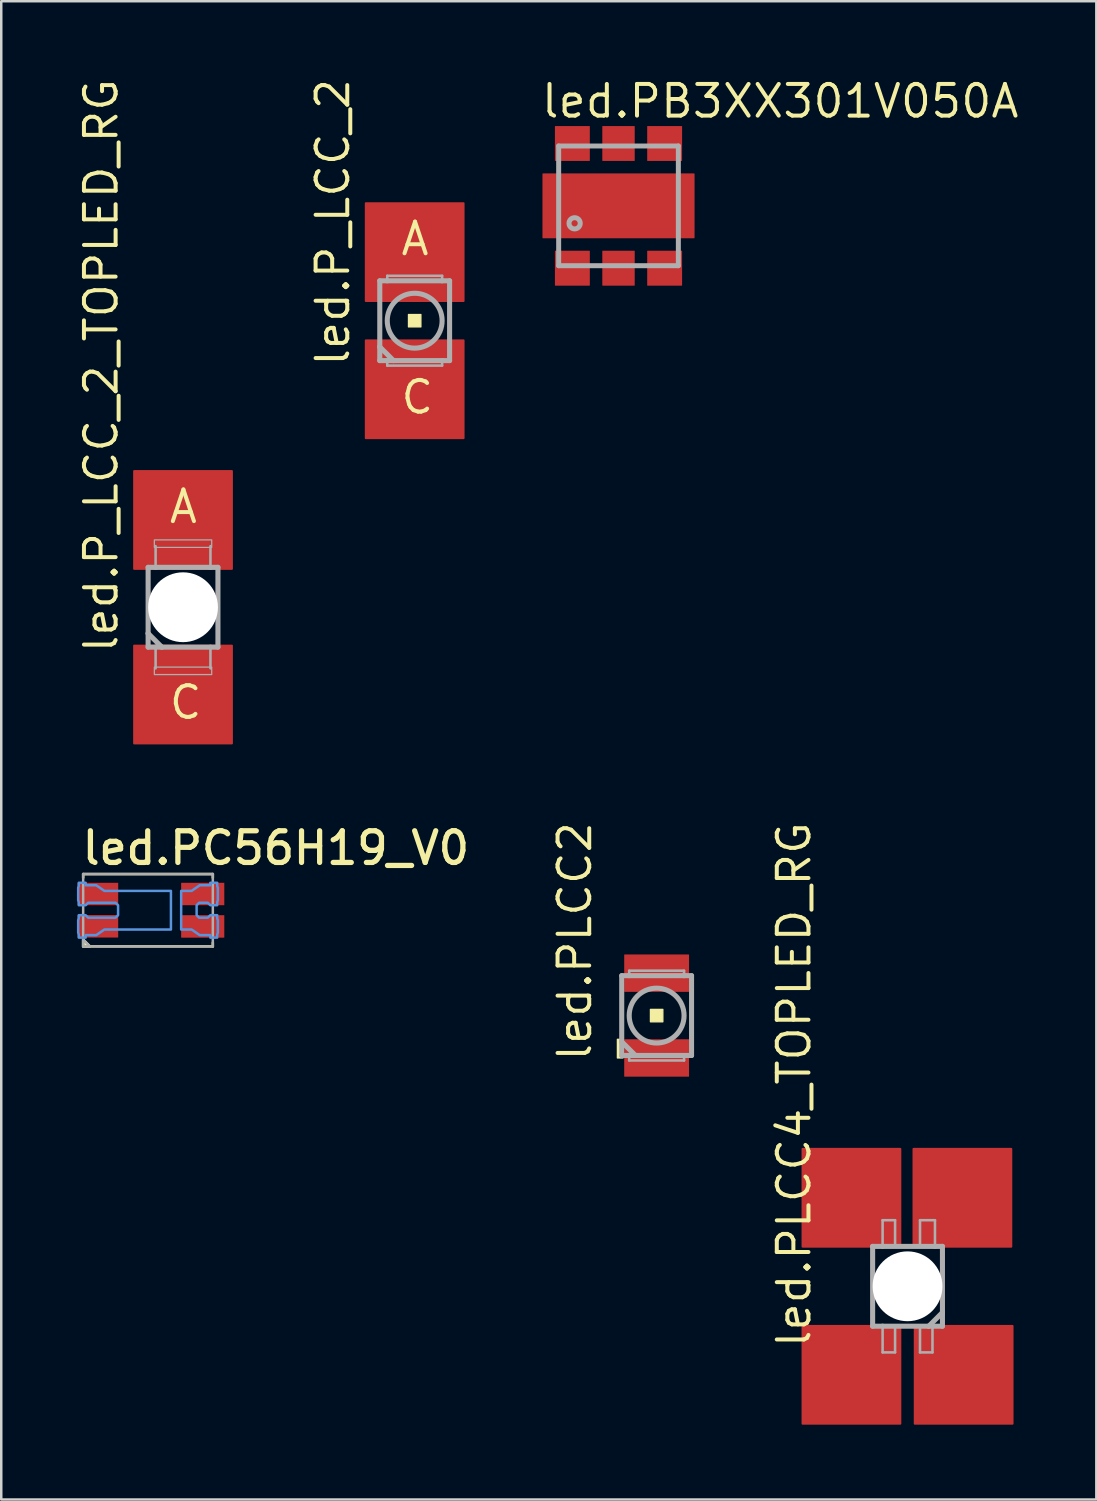
<source format=kicad_pcb>
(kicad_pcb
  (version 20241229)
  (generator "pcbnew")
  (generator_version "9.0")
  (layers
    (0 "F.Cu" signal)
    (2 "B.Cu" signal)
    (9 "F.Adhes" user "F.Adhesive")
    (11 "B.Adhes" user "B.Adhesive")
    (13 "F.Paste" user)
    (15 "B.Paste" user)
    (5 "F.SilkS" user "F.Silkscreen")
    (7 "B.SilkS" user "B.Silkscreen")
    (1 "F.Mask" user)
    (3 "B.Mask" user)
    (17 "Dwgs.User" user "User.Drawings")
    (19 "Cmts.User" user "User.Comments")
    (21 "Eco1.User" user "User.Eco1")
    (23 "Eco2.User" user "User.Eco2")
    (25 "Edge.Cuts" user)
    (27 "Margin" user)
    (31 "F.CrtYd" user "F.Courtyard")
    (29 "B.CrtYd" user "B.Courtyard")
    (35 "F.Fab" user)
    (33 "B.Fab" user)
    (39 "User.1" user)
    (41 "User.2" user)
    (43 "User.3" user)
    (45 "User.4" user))
  (footprint "led.PLCC4_TOPLED_RG"
    (layer "F.Cu")
    (at 33.345 48.534)
    (property "Reference" "led.PLCC4_TOPLED_RG" (at -3.81 2.54 90) (layer "F.SilkS") (effects (font (size 1.27 1.27) (thickness 0.16)) (justify left bottom)))
    (attr smd)
    (fp_rect (start -1.35 -1.45) (end -0.15 -3.05) (stroke (width 0.05) (type default)) (fill yes) (layer "F.Mask"))
    (fp_rect (start -1.35 3.05) (end -0.15 1.45) (stroke (width 0.05) (type default)) (fill yes) (layer "F.Mask"))
    (fp_rect (start 0.1 -1.45) (end 1.3 -3.05) (stroke (width 0.05) (type default)) (fill yes) (layer "F.Mask"))
    (fp_rect (start 0.15 3.05) (end 1.35 1.45) (stroke (width 0.05) (type default)) (fill yes) (layer "F.Mask"))
    (fp_rect (start -0.5 -0.1) (end -0.1 -0.5) (stroke (width 0.05) (type default)) (fill yes) (layer "F.SilkS"))
    (fp_rect (start -0.5 0.5) (end -0.1 0.1) (stroke (width 0.05) (type default)) (fill yes) (layer "F.SilkS"))
    (fp_rect (start 0.1 0.5) (end 0.5 0.1) (stroke (width 0.05) (type default)) (fill yes) (layer "F.SilkS"))
    (fp_rect (start -1.25 -1.55) (end -0.25 -2.95) (stroke (width 0.05) (type default)) (fill yes) (layer "F.Paste"))
    (fp_rect (start -1.25 2.95) (end -0.25 1.55) (stroke (width 0.05) (type default)) (fill yes) (layer "F.Paste"))
    (fp_rect (start 0.2 -1.55) (end 1.2 -2.95) (stroke (width 0.05) (type default)) (fill yes) (layer "F.Paste"))
    (fp_rect (start 0.25 2.95) (end 1.25 1.55) (stroke (width 0.05) (type default)) (fill yes) (layer "F.Paste"))
    (fp_line (start -1.4 -1.6) (end -1.4 1.6) (stroke (width 0.203) (type default)) (layer "F.Fab"))
    (fp_line (start -1.4 1.6) (end -1 1.6) (stroke (width 0.203) (type default)) (layer "F.Fab"))
    (fp_line (start -1 -2.65) (end -0.5 -2.65) (stroke (width 0.102) (type default)) (layer "F.Fab"))
    (fp_line (start -1 -1.6) (end -1.4 -1.6) (stroke (width 0.203) (type default)) (layer "F.Fab"))
    (fp_line (start -1 -1.6) (end -1 -2.65) (stroke (width 0.102) (type default)) (layer "F.Fab"))
    (fp_line (start -1 1.6) (end -1 2.65) (stroke (width 0.102) (type default)) (layer "F.Fab"))
    (fp_line (start -1 1.6) (end 0.85 1.6) (stroke (width 0.203) (type default)) (layer "F.Fab"))
    (fp_line (start -1 2.65) (end -0.5 2.65) (stroke (width 0.102) (type default)) (layer "F.Fab"))
    (fp_line (start -0.5 -2.65) (end -0.5 -1.65) (stroke (width 0.102) (type default)) (layer "F.Fab"))
    (fp_line (start -0.5 2.65) (end -0.5 1.65) (stroke (width 0.102) (type default)) (layer "F.Fab"))
    (fp_line (start 0.5 -2.65) (end 1.1 -2.65) (stroke (width 0.102) (type default)) (layer "F.Fab"))
    (fp_line (start 0.5 -1.65) (end 0.5 -2.65) (stroke (width 0.102) (type default)) (layer "F.Fab"))
    (fp_line (start 0.5 1.65) (end 0.5 2.65) (stroke (width 0.102) (type default)) (layer "F.Fab"))
    (fp_line (start 0.5 2.65) (end 1 2.65) (stroke (width 0.102) (type default)) (layer "F.Fab"))
    (fp_line (start 0.85 1.6) (end 1 1.6) (stroke (width 0.203) (type default)) (layer "F.Fab"))
    (fp_line (start 1 1.6) (end 1.4 1.6) (stroke (width 0.203) (type default)) (layer "F.Fab"))
    (fp_line (start 1 2.65) (end 1 1.6) (stroke (width 0.102) (type default)) (layer "F.Fab"))
    (fp_line (start 1.1 -2.65) (end 1.1 -1.6) (stroke (width 0.102) (type default)) (layer "F.Fab"))
    (fp_line (start 1.1 -1.6) (end -1 -1.6) (stroke (width 0.203) (type default)) (layer "F.Fab"))
    (fp_line (start 1.4 -1.6) (end 1.1 -1.6) (stroke (width 0.203) (type default)) (layer "F.Fab"))
    (fp_line (start 1.4 1.05) (end 0.85 1.6) (stroke (width 0.203) (type default)) (layer "F.Fab"))
    (fp_line (start 1.4 1.05) (end 1.4 -1.6) (stroke (width 0.203) (type default)) (layer "F.Fab"))
    (fp_line (start 1.4 1.6) (end 1.4 1.05) (stroke (width 0.203) (type default)) (layer "F.Fab"))
    (pad "" np_thru_hole circle (at 0 0) (size 2.8 2.8) (drill 2.8) (layers "*.Cu" "*.Mask"))
    (pad "1" smd roundrect (at 2.25 3.55) (size 4 4) (layers "F.Cu" "F.Mask" "F.Paste") (roundrect_rratio 0.01))
    (pad "2" smd roundrect (at 2.2 -3.55) (size 4 4) (layers "F.Cu" "F.Mask" "F.Paste") (roundrect_rratio 0.01))
    (pad "3" smd roundrect (at -2.25 -3.55) (size 4 4) (layers "F.Cu" "F.Mask" "F.Paste") (roundrect_rratio 0.01))
    (pad "4" smd roundrect (at -2.25 3.55) (size 4 4) (layers "F.Cu" "F.Mask" "F.Paste") (roundrect_rratio 0.01)))
  (footprint "led.P_LCC_2"
    (layer "F.Cu")
    (at 13.58 9.811)
    (property "Reference" "led.P_LCC_2" (at -2.54 1.905 90) (layer "F.SilkS") (effects (font (size 1.27 1.27) (thickness 0.16)) (justify left bottom)))
    (attr smd)
    (fp_rect (start -1.4 -0.65) (end 1.4 -2.35) (stroke (width 0.05) (type default)) (fill yes) (layer "F.Mask"))
    (fp_rect (start -1.4 2.35) (end 1.4 0.65) (stroke (width 0.05) (type default)) (fill yes) (layer "F.Mask"))
    (fp_rect (start -0.25 0.25) (end 0.25 -0.25) (stroke (width 0.05) (type default)) (fill yes) (layer "F.SilkS"))
    (fp_rect (start -1.3 -0.75) (end 1.3 -2.25) (stroke (width 0.05) (type default)) (fill yes) (layer "F.Paste"))
    (fp_rect (start -1.3 2.25) (end 1.3 0.75) (stroke (width 0.05) (type default)) (fill yes) (layer "F.Paste"))
    (fp_line (start -1.4 -1.6) (end -1.4 1.05) (stroke (width 0.203) (type default)) (layer "F.Fab"))
    (fp_line (start -1.4 1.05) (end -1.4 1.6) (stroke (width 0.203) (type default)) (layer "F.Fab"))
    (fp_line (start -1.4 1.6) (end -1.1 1.6) (stroke (width 0.203) (type default)) (layer "F.Fab"))
    (fp_line (start -1.1 -1.8) (end 1.1 -1.8) (stroke (width 0.102) (type default)) (layer "F.Fab"))
    (fp_line (start -1.1 -1.6) (end -1.4 -1.6) (stroke (width 0.203) (type default)) (layer "F.Fab"))
    (fp_line (start -1.1 -1.6) (end -1.1 -1.8) (stroke (width 0.102) (type default)) (layer "F.Fab"))
    (fp_line (start -1.1 1.6) (end -1.1 1.8) (stroke (width 0.102) (type default)) (layer "F.Fab"))
    (fp_line (start -1.1 1.6) (end -0.85 1.6) (stroke (width 0.203) (type default)) (layer "F.Fab"))
    (fp_line (start -1.1 1.8) (end 1.1 1.8) (stroke (width 0.102) (type default)) (layer "F.Fab"))
    (fp_line (start -0.85 1.6) (end -1.4 1.05) (stroke (width 0.203) (type default)) (layer "F.Fab"))
    (fp_line (start -0.85 1.6) (end 1.1 1.6) (stroke (width 0.203) (type default)) (layer "F.Fab"))
    (fp_line (start 1.1 -1.8) (end 1.1 -1.6) (stroke (width 0.102) (type default)) (layer "F.Fab"))
    (fp_line (start 1.1 -1.6) (end -1.1 -1.6) (stroke (width 0.203) (type default)) (layer "F.Fab"))
    (fp_line (start 1.1 1.6) (end 1.4 1.6) (stroke (width 0.203) (type default)) (layer "F.Fab"))
    (fp_line (start 1.1 1.8) (end 1.1 1.6) (stroke (width 0.102) (type default)) (layer "F.Fab"))
    (fp_line (start 1.4 -1.6) (end 1.1 -1.6) (stroke (width 0.203) (type default)) (layer "F.Fab"))
    (fp_line (start 1.4 1.6) (end 1.4 -1.6) (stroke (width 0.203) (type default)) (layer "F.Fab"))
    (fp_circle (center 0 0) (end 1.1 0) (stroke (width 0.203) (type default)) (fill no) (layer "F.Fab"))
    (fp_text user "C" (at -0.635 3.81 0) (layer "F.SilkS") (effects (font (size 1.27 1.27) (thickness 0.16)) (justify left bottom)))
    (fp_text user "A" (at -0.635 -2.54 0) (layer "F.SilkS") (effects (font (size 1.27 1.27) (thickness 0.16)) (justify left bottom)))
    (pad "A" smd roundrect (at 0 -2.75) (size 4 4) (layers "F.Cu" "F.Mask" "F.Paste") (roundrect_rratio 0.01))
    (pad "C" smd roundrect (at 0 2.75) (size 4 4) (layers "F.Cu" "F.Mask" "F.Paste") (roundrect_rratio 0.01)))
  (footprint "led.PC56H19_V0"
    (layer "F.Cu")
    (at 2.885 33.452)
    (property "Reference" "led.PC56H19_V0" (at -2.75 -1.75 0) (layer "F.SilkS") (effects (font (size 1.27 1.27) (thickness 0.21)) (justify left bottom)))
    (attr smd)
    (fp_rect (start -2.86 -0.175) (end -1.165 -1.125) (stroke (width 0.05) (type default)) (fill yes) (layer "F.Mask"))
    (fp_rect (start -2.86 1.125) (end -1.165 0.165) (stroke (width 0.05) (type default)) (fill yes) (layer "F.Mask"))
    (fp_rect (start 1.3 -0.175) (end 3.09 -1.125) (stroke (width 0.05) (type default)) (fill yes) (layer "F.Mask"))
    (fp_rect (start 1.3 1.125) (end 3.09 0.175) (stroke (width 0.05) (type default)) (fill yes) (layer "F.Mask"))
    (fp_line (start -2.6 -1.45) (end -2.6 -1.3) (stroke (width 0.1) (type default)) (layer "F.SilkS"))
    (fp_line (start -2.6 1.45) (end 2.6 1.45) (stroke (width 0.1) (type default)) (layer "F.SilkS"))
    (fp_line (start 2.6 -1.45) (end -2.6 -1.45) (stroke (width 0.1) (type default)) (layer "F.SilkS"))
    (fp_line (start 2.6 -1.3) (end 2.6 -1.45) (stroke (width 0.1) (type default)) (layer "F.SilkS"))
    (fp_line (start 2.6 1.45) (end 2.6 1.3) (stroke (width 0.1) (type default)) (layer "F.SilkS"))
    (fp_poly (pts (xy -2.6 1.45) (xy -2.33 1.45) (xy -2.6 1.18)) (stroke (width 0.1) (type default)) (fill yes) (layer "F.SilkS"))
    (fp_poly (pts (xy 0.92 -0.775) (xy 0.92 0.775) (xy -1.75 0.775) (xy -2.075 1) (xy -2.5 1) (xy -2.5 1.1) (xy -2.775 1.1) (xy -2.775 0.975) (xy -2.8 0.9) (xy -2.8 0.4) (xy -2.775 0.325) (xy -2.775 0.2) (xy -2.5 0.2) (xy -2.4 0.3) (xy -1.3 0.3) (xy -1.2 0.2) (xy -1.2 -0.2) (xy -1.3 -0.3) (xy -2.4 -0.3) (xy -2.5 -0.2) (xy -2.775 -0.2) (xy -2.775 -0.325) (xy -2.8 -0.4) (xy -2.8 -0.9) (xy -2.775 -0.975) (xy -2.775 -1.1) (xy -2.5 -1.1) (xy -2.5 -1) (xy -2.075 -1) (xy -1.75 -0.775)) (stroke (width 0.1) (type default)) (fill no) (layer "Cmts.User"))
    (fp_poly (pts (xy 1.33 -0.775) (xy 1.33 0.775) (xy 1.75 0.775) (xy 2.075 1) (xy 2.5 1) (xy 2.5 1.1) (xy 2.775 1.1) (xy 2.775 0.975) (xy 2.8 0.9) (xy 2.8 0.4) (xy 2.775 0.325) (xy 2.775 0.2) (xy 2.5 0.2) (xy 2.4 0.3) (xy 2.05 0.3) (xy 1.95 0.2) (xy 1.95 -0.2) (xy 2.05 -0.3) (xy 2.4 -0.3) (xy 2.5 -0.2) (xy 2.775 -0.2) (xy 2.775 -0.325) (xy 2.8 -0.4) (xy 2.8 -0.9) (xy 2.775 -0.975) (xy 2.775 -1.1) (xy 2.5 -1.1) (xy 2.5 -1) (xy 2.075 -1) (xy 1.75 -0.775)) (stroke (width 0.1) (type default)) (fill no) (layer "Cmts.User"))
    (fp_line (start -2.6 -1.45) (end -2.6 1.45) (stroke (width 0.1) (type default)) (layer "F.Fab"))
    (fp_line (start -2.6 1.45) (end 2.6 1.45) (stroke (width 0.1) (type default)) (layer "F.Fab"))
    (fp_line (start 2.6 -1.45) (end -2.6 -1.45) (stroke (width 0.1) (type default)) (layer "F.Fab"))
    (fp_line (start 2.6 1.45) (end 2.6 -1.45) (stroke (width 0.1) (type default)) (layer "F.Fab"))
    (fp_poly (pts (xy -2.6 1.45) (xy -2.33 1.45) (xy -2.6 1.18)) (stroke (width 0.1) (type default)) (fill no) (layer "F.Fab"))
    (pad "1" smd roundrect (at -2.01 -0.65) (size 1.63 0.9) (layers "F.Cu" "F.Mask" "F.Paste") (roundrect_rratio 0.01))
    (pad "2" smd roundrect (at 2.195 -0.65) (size 1.73 0.9) (layers "F.Cu" "F.Mask" "F.Paste") (roundrect_rratio 0.01))
    (pad "3" smd roundrect (at -2.01 0.645) (size 1.63 0.9) (layers "F.Cu" "F.Mask" "F.Paste") (roundrect_rratio 0.01))
    (pad "4" smd roundrect (at 2.195 0.65) (size 1.73 0.9) (layers "F.Cu" "F.Mask" "F.Paste") (roundrect_rratio 0.01)))
  (footprint "led.PLCC2"
    (layer "F.Cu")
    (at 23.283 37.678)
    (property "Reference" "led.PLCC2" (at -2.54 1.905 90) (layer "F.SilkS") (effects (font (size 1.27 1.27) (thickness 0.16)) (justify left bottom)))
    (attr smd)
    (fp_rect (start -1.4 -0.85) (end 1.4 -2.55) (stroke (width 0.05) (type default)) (fill yes) (layer "F.Mask"))
    (fp_rect (start -1.4 2.55) (end 1.4 0.85) (stroke (width 0.05) (type default)) (fill yes) (layer "F.Mask"))
    (fp_rect (start -1.575 1.7) (end -1.35 0.95) (stroke (width 0.05) (type default)) (fill yes) (layer "F.SilkS"))
    (fp_rect (start -0.25 0.25) (end 0.25 -0.25) (stroke (width 0.05) (type default)) (fill yes) (layer "F.SilkS"))
    (fp_rect (start -1.3 -0.95) (end 1.3 -2.45) (stroke (width 0.05) (type default)) (fill yes) (layer "F.Paste"))
    (fp_rect (start -1.3 2.45) (end 1.3 0.95) (stroke (width 0.05) (type default)) (fill yes) (layer "F.Paste"))
    (fp_line (start -1.4 -1.6) (end -1.4 1.05) (stroke (width 0.203) (type default)) (layer "F.Fab"))
    (fp_line (start -1.4 1.05) (end -1.4 1.6) (stroke (width 0.203) (type default)) (layer "F.Fab"))
    (fp_line (start -1.4 1.6) (end -1.1 1.6) (stroke (width 0.203) (type default)) (layer "F.Fab"))
    (fp_line (start -1.1 -1.8) (end 1.1 -1.8) (stroke (width 0.102) (type default)) (layer "F.Fab"))
    (fp_line (start -1.1 -1.6) (end -1.4 -1.6) (stroke (width 0.203) (type default)) (layer "F.Fab"))
    (fp_line (start -1.1 -1.6) (end -1.1 -1.8) (stroke (width 0.102) (type default)) (layer "F.Fab"))
    (fp_line (start -1.1 1.6) (end -1.1 1.8) (stroke (width 0.102) (type default)) (layer "F.Fab"))
    (fp_line (start -1.1 1.6) (end -0.85 1.6) (stroke (width 0.203) (type default)) (layer "F.Fab"))
    (fp_line (start -1.1 1.8) (end 1.1 1.8) (stroke (width 0.102) (type default)) (layer "F.Fab"))
    (fp_line (start -0.85 1.6) (end -1.4 1.05) (stroke (width 0.203) (type default)) (layer "F.Fab"))
    (fp_line (start -0.85 1.6) (end 1.1 1.6) (stroke (width 0.203) (type default)) (layer "F.Fab"))
    (fp_line (start 1.1 -1.8) (end 1.1 -1.6) (stroke (width 0.102) (type default)) (layer "F.Fab"))
    (fp_line (start 1.1 -1.6) (end -1.1 -1.6) (stroke (width 0.203) (type default)) (layer "F.Fab"))
    (fp_line (start 1.1 1.6) (end 1.4 1.6) (stroke (width 0.203) (type default)) (layer "F.Fab"))
    (fp_line (start 1.1 1.8) (end 1.1 1.6) (stroke (width 0.102) (type default)) (layer "F.Fab"))
    (fp_line (start 1.4 -1.6) (end 1.1 -1.6) (stroke (width 0.203) (type default)) (layer "F.Fab"))
    (fp_line (start 1.4 1.6) (end 1.4 -1.6) (stroke (width 0.203) (type default)) (layer "F.Fab"))
    (fp_circle (center 0 0) (end 1.1 0) (stroke (width 0.203) (type default)) (fill no) (layer "F.Fab"))
    (pad "A" smd roundrect (at 0 -1.7) (size 2.6 1.5) (layers "F.Cu" "F.Mask" "F.Paste") (roundrect_rratio 0.01))
    (pad "C" smd roundrect (at 0 1.7) (size 2.6 1.5) (layers "F.Cu" "F.Mask" "F.Paste") (roundrect_rratio 0.01)))
  (footprint "led.PB3XX301V050A"
    (layer "F.Cu")
    (at 21.754 5.205)
    (property "Reference" "led.PB3XX301V050A" (at -3.174 -3.455 0) (layer "F.SilkS") (effects (font (size 1.27 1.27) (thickness 0.16)) (justify left bottom)))
    (attr smd)
    (fp_line (start -2.4 -2.4) (end -2.4 2.4) (stroke (width 0.2) (type default)) (layer "F.Fab"))
    (fp_line (start -2.4 2.4) (end 2.4 2.4) (stroke (width 0.2) (type default)) (layer "F.Fab"))
    (fp_line (start 2.4 -2.4) (end -2.4 -2.4) (stroke (width 0.2) (type default)) (layer "F.Fab"))
    (fp_line (start 2.4 2.4) (end 2.4 -2.4) (stroke (width 0.2) (type default)) (layer "F.Fab"))
    (fp_circle (center -1.76 0.7) (end -1.535 0.7) (stroke (width 0.2) (type default)) (fill no) (layer "F.Fab"))
    (pad "1" smd roundrect (at -1.85 2.5) (size 1.4 1.4) (layers "F.Cu" "F.Mask" "F.Paste") (roundrect_rratio 0.01))
    (pad "2" smd roundrect (at 0 2.5) (size 1.3 1.4) (layers "F.Cu" "F.Mask" "F.Paste") (roundrect_rratio 0.01))
    (pad "3" smd roundrect (at 1.85 2.5) (size 1.4 1.4) (layers "F.Cu" "F.Mask" "F.Paste") (roundrect_rratio 0.01))
    (pad "4" smd roundrect (at -1.85 -2.5 180) (size 1.4 1.4) (layers "F.Cu" "F.Mask" "F.Paste") (roundrect_rratio 0.01))
    (pad "5" smd roundrect (at 0 -2.5 180) (size 1.3 1.4) (layers "F.Cu" "F.Mask" "F.Paste") (roundrect_rratio 0.01))
    (pad "6" smd roundrect (at 1.85 -2.5 180) (size 1.4 1.4) (layers "F.Cu" "F.Mask" "F.Paste") (roundrect_rratio 0.01))
    (pad "HT" smd roundrect (at 0 0) (size 6.1 2.6) (layers "F.Cu" "F.Mask" "F.Paste") (roundrect_rratio 0.01)))
  (footprint "led.P_LCC_2_TOPLED_RG"
    (layer "F.Cu")
    (at 4.29 21.302)
    (property "Reference" "led.P_LCC_2_TOPLED_RG" (at -2.54 1.905 90) (layer "F.SilkS") (effects (font (size 1.27 1.27) (thickness 0.16)) (justify left bottom)))
    (attr smd)
    (fp_rect (start -1.5 -1.5) (end 1.5 -3.2) (stroke (width 0.05) (type default)) (fill yes) (layer "F.Mask"))
    (fp_rect (start -1.5 3.2) (end 1.5 1.5) (stroke (width 0.05) (type default)) (fill yes) (layer "F.Mask"))
    (fp_rect (start -0.25 0.25) (end 0.25 -0.25) (stroke (width 0.05) (type default)) (fill yes) (layer "F.SilkS"))
    (fp_circle (center 0 0) (end 1.1 0) (stroke (width 0.203) (type default)) (fill no) (layer "F.SilkS"))
    (fp_rect (start -1.3 -1.5) (end 1.3 -3) (stroke (width 0.05) (type default)) (fill yes) (layer "F.Paste"))
    (fp_rect (start -1.3 3) (end 1.3 1.5) (stroke (width 0.05) (type default)) (fill yes) (layer "F.Paste"))
    (fp_line (start -1.4 -1.6) (end -1.4 1.05) (stroke (width 0.203) (type default)) (layer "F.Fab"))
    (fp_line (start -1.4 1.05) (end -1.4 1.6) (stroke (width 0.203) (type default)) (layer "F.Fab"))
    (fp_line (start -1.4 1.6) (end -1.1 1.6) (stroke (width 0.203) (type default)) (layer "F.Fab"))
    (fp_line (start -1.1 -1.6) (end -1.4 -1.6) (stroke (width 0.203) (type default)) (layer "F.Fab"))
    (fp_line (start -1.1 -1.6) (end -1.1 -2.45) (stroke (width 0.102) (type default)) (layer "F.Fab"))
    (fp_line (start -1.1 1.6) (end -1.1 2.45) (stroke (width 0.102) (type default)) (layer "F.Fab"))
    (fp_line (start -1.1 1.6) (end -0.85 1.6) (stroke (width 0.203) (type default)) (layer "F.Fab"))
    (fp_line (start -0.85 1.6) (end -1.4 1.05) (stroke (width 0.203) (type default)) (layer "F.Fab"))
    (fp_line (start -0.85 1.6) (end 1.1 1.6) (stroke (width 0.203) (type default)) (layer "F.Fab"))
    (fp_line (start 1.1 -2.45) (end 1.1 -1.6) (stroke (width 0.102) (type default)) (layer "F.Fab"))
    (fp_line (start 1.1 -1.6) (end -1.1 -1.6) (stroke (width 0.203) (type default)) (layer "F.Fab"))
    (fp_line (start 1.1 1.6) (end 1.4 1.6) (stroke (width 0.203) (type default)) (layer "F.Fab"))
    (fp_line (start 1.1 2.45) (end 1.1 1.6) (stroke (width 0.102) (type default)) (layer "F.Fab"))
    (fp_line (start 1.4 -1.6) (end 1.1 -1.6) (stroke (width 0.203) (type default)) (layer "F.Fab"))
    (fp_line (start 1.4 1.6) (end 1.4 -1.6) (stroke (width 0.203) (type default)) (layer "F.Fab"))
    (fp_rect (start -1.15 -2.4) (end 1.15 -2.7) (stroke (width 0.05) (type default)) (fill no) (layer "F.Fab"))
    (fp_rect (start -1.15 2.7) (end 1.15 2.4) (stroke (width 0.05) (type default)) (fill no) (layer "F.Fab"))
    (fp_text user "A" (at -0.635 -3.29 0) (layer "F.SilkS") (effects (font (size 1.27 1.27) (thickness 0.16)) (justify left bottom)))
    (fp_text user "C" (at -0.635 4.56 0) (layer "F.SilkS") (effects (font (size 1.27 1.27) (thickness 0.16)) (justify left bottom)))
    (pad "" np_thru_hole circle (at 0 0) (size 2.8 2.8) (drill 2.8) (layers "*.Cu" "*.Mask"))
    (pad "A" smd roundrect (at 0 -3.5) (size 4 4) (layers "F.Cu" "F.Mask" "F.Paste") (roundrect_rratio 0.01))
    (pad "C" smd roundrect (at 0 3.5) (size 4 4) (layers "F.Cu" "F.Mask" "F.Paste") (roundrect_rratio 0.01)))
  (gr_rect
    (start -3 -3)
    (end 40.916 57.084)
    (stroke (width 0.1) (type default))
    (fill no)
    (layer "Edge.Cuts")))
</source>
